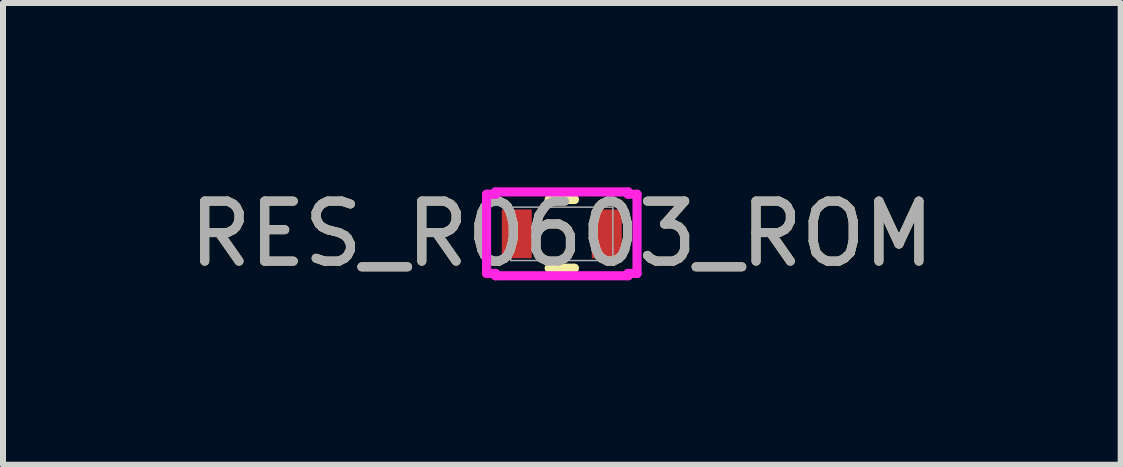
<source format=kicad_pcb>
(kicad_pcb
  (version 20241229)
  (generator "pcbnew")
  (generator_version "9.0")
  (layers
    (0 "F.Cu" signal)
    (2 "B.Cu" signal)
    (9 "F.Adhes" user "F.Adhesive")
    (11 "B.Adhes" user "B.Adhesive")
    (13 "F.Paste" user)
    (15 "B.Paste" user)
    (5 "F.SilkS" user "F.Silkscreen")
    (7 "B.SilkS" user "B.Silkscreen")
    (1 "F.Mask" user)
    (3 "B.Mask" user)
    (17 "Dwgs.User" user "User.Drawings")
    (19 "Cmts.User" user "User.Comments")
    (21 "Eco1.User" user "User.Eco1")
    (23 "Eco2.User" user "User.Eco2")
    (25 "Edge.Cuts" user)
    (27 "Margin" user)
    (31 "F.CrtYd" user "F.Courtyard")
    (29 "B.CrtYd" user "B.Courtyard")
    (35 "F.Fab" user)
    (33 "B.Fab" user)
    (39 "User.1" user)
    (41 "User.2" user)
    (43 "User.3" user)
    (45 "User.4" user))
  (footprint "RES_R0603_ROM"
    (layer "F.Cu")
    (at 6.315 0.848)
    (property "Reference" "RES_R0603_ROM" (at 0 0 0) (unlocked yes) (layer "F.SilkS") (effects (font (size 1 1) (thickness 0.15))))
    (attr smd)
    (fp_line (start -0.211 0.572) (end 0.211 0.572) (stroke (width 0.152) (type solid)) (layer "F.SilkS"))
    (fp_line (start 0.211 -0.572) (end -0.211 -0.572) (stroke (width 0.152) (type solid)) (layer "F.SilkS"))
    (fp_line (start -1.254 -0.66) (end -1.105 -0.66) (stroke (width 0.152) (type solid)) (layer "F.CrtYd"))
    (fp_line (start -1.254 0.66) (end -1.254 -0.66) (stroke (width 0.152) (type solid)) (layer "F.CrtYd"))
    (fp_line (start -1.105 -0.699) (end 1.105 -0.699) (stroke (width 0.152) (type solid)) (layer "F.CrtYd"))
    (fp_line (start -1.105 -0.66) (end -1.105 -0.699) (stroke (width 0.152) (type solid)) (layer "F.CrtYd"))
    (fp_line (start -1.105 0.66) (end -1.254 0.66) (stroke (width 0.152) (type solid)) (layer "F.CrtYd"))
    (fp_line (start -1.105 0.699) (end -1.105 0.66) (stroke (width 0.152) (type solid)) (layer "F.CrtYd"))
    (fp_line (start 1.105 -0.699) (end 1.105 -0.66) (stroke (width 0.152) (type solid)) (layer "F.CrtYd"))
    (fp_line (start 1.105 -0.66) (end 1.254 -0.66) (stroke (width 0.152) (type solid)) (layer "F.CrtYd"))
    (fp_line (start 1.105 0.66) (end 1.105 0.699) (stroke (width 0.152) (type solid)) (layer "F.CrtYd"))
    (fp_line (start 1.105 0.699) (end -1.105 0.699) (stroke (width 0.152) (type solid)) (layer "F.CrtYd"))
    (fp_line (start 1.254 -0.66) (end 1.254 0.66) (stroke (width 0.152) (type solid)) (layer "F.CrtYd"))
    (fp_line (start 1.254 0.66) (end 1.105 0.66) (stroke (width 0.152) (type solid)) (layer "F.CrtYd"))
    (fp_line (start -0.851 -0.445) (end -0.851 0.445) (stroke (width 0.025) (type solid)) (layer "F.Fab"))
    (fp_line (start -0.851 0.445) (end 0.851 0.445) (stroke (width 0.025) (type solid)) (layer "F.Fab"))
    (fp_line (start 0.851 -0.445) (end -0.851 -0.445) (stroke (width 0.025) (type solid)) (layer "F.Fab"))
    (fp_line (start 0.851 0.445) (end 0.851 -0.445) (stroke (width 0.025) (type solid)) (layer "F.Fab"))
    (fp_text user "${REFERENCE}" (at 0 0 0) (unlocked yes) (layer "F.Fab") (effects (font (size 1 1) (thickness 0.15))))
    (pad "1" smd rect (at -0.75 0) (size 0.5 0.813) (layers "F.Cu" "F.Mask" "F.Paste"))
    (pad "2" smd rect (at 0.75 0) (size 0.5 0.813) (layers "F.Cu" "F.Mask" "F.Paste"))
    (zone (net_name "") (layer "F.Cu") (hatch full 0.508) (connect_pads) (min_thickness 0.254) (filled_areas_thickness no) (keepout (tracks not_allowed) (vias not_allowed) (pads allowed) (copperpour not_allowed) (footprints allowed)) (placement (enabled no)) (fill) (polygon (pts (xy 5.866 0.455) (xy 6.765 0.455) (xy 6.765 1.242) (xy 5.866 1.242)))))
  (gr_rect
    (start -3 -3)
    (end 15.631 4.697)
    (stroke (width 0.1) (type default))
    (fill no)
    (layer "Edge.Cuts")))
</source>
